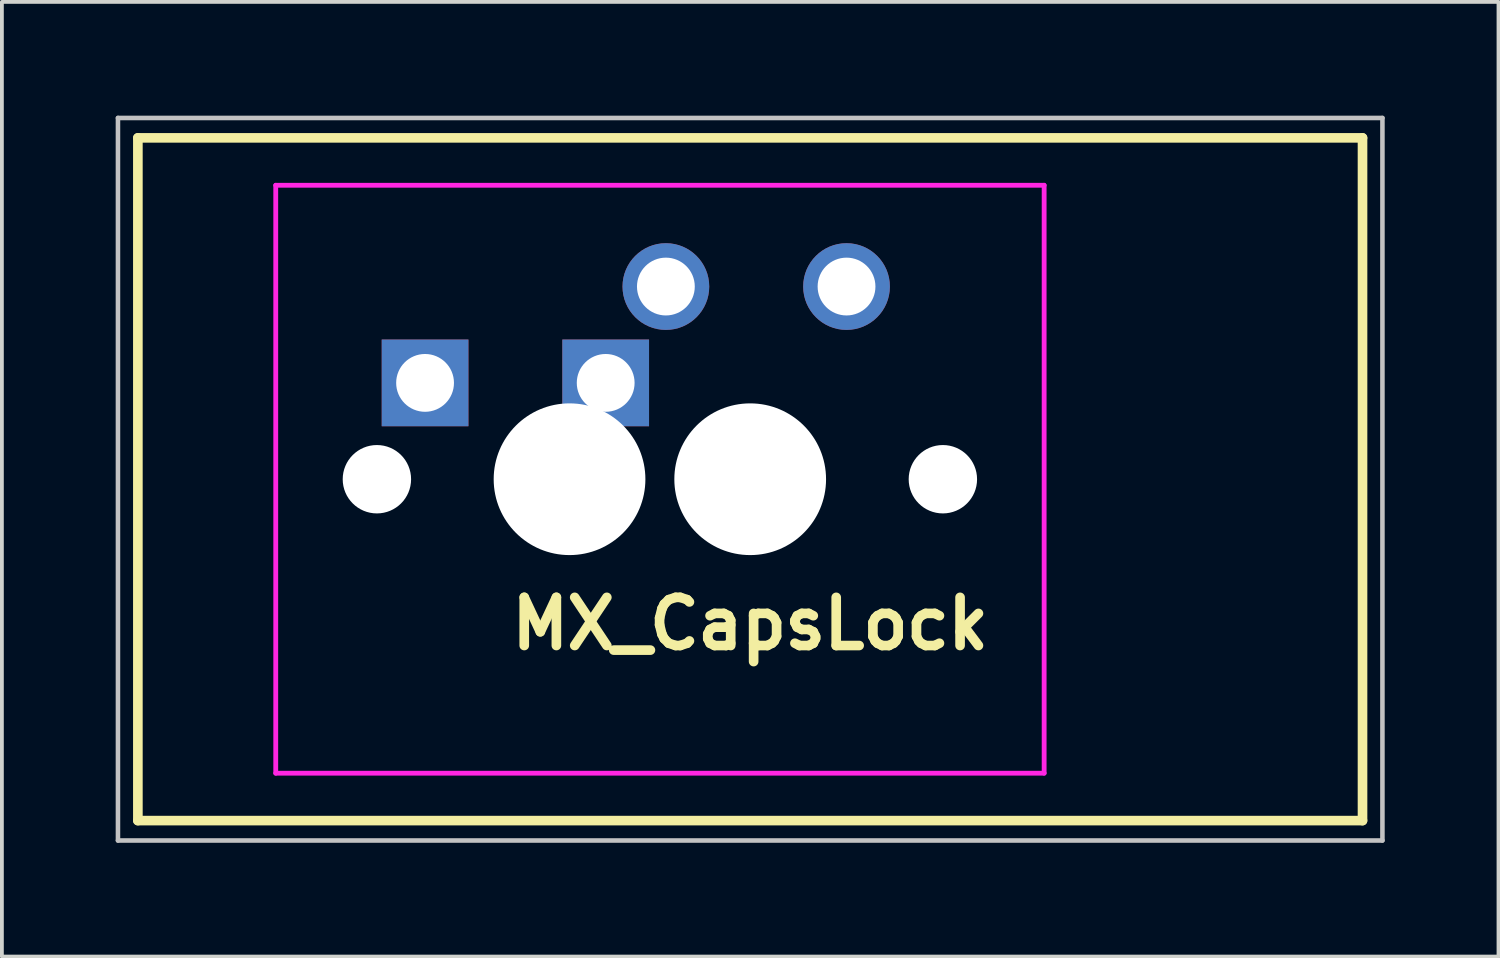
<source format=kicad_pcb>
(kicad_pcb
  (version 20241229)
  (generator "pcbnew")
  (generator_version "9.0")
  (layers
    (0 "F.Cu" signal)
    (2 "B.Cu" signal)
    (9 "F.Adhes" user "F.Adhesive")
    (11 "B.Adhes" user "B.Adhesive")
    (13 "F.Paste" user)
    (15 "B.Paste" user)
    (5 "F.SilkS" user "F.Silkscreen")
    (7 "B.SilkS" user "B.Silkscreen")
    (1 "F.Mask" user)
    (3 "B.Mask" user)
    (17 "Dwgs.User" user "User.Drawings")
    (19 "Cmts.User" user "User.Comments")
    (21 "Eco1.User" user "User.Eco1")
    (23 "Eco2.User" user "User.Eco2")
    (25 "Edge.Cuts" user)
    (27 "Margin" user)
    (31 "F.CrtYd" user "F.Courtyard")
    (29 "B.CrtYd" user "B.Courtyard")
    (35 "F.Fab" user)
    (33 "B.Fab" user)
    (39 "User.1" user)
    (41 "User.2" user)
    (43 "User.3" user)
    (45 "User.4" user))
  (footprint "MX_CapsLock"
    (layer "F.Cu")
    (at 16.729 9.585)
    (property "Reference" "MX_CapsLock" (at 0 3.81 180) (layer "F.SilkS") (effects (font (size 1.27 1.27) (thickness 0.254))))
    (attr through_hole)
    (fp_line (start -16.144 -9) (end 16.144 -9) (stroke (width 0.254) (type solid)) (layer "F.SilkS"))
    (fp_line (start -16.144 9) (end -16.144 -9) (stroke (width 0.254) (type solid)) (layer "F.SilkS"))
    (fp_line (start 16.144 -9) (end 16.144 9) (stroke (width 0.254) (type solid)) (layer "F.SilkS"))
    (fp_line (start 16.144 9) (end -16.144 9) (stroke (width 0.254) (type solid)) (layer "F.SilkS"))
    (fp_line (start -16.669 -9.525) (end -16.669 9.525) (stroke (width 0.12) (type solid)) (layer "Dwgs.User"))
    (fp_line (start -16.669 -9.525) (end 16.669 -9.525) (stroke (width 0.12) (type solid)) (layer "Dwgs.User"))
    (fp_line (start -16.669 9.525) (end 16.669 9.525) (stroke (width 0.12) (type solid)) (layer "Dwgs.User"))
    (fp_line (start 16.669 -9.525) (end 16.669 9.525) (stroke (width 0.12) (type solid)) (layer "Dwgs.User"))
    (fp_line (start -11.748 6.746) (end -11.748 -6.746) (stroke (width 0.025) (type solid)) (layer "Eco1.User"))
    (fp_line (start -11.493 -7) (end 6.746 -7) (stroke (width 0.025) (type solid)) (layer "Eco1.User"))
    (fp_line (start 6.746 7) (end -11.493 7) (stroke (width 0.025) (type solid)) (layer "Eco1.User"))
    (fp_line (start 7 -6.746) (end 7 6.746) (stroke (width 0.025) (type solid)) (layer "Eco1.User"))
    (fp_arc (start -11.7475 -6.746) (mid -11.673105 -6.925605) (end -11.4935 -7) (stroke (width 0.0254) (type solid)) (layer "Eco1.User"))
    (fp_arc (start -11.4935 7) (mid -11.673105 6.925605) (end -11.7475 6.746) (stroke (width 0.0254) (type solid)) (layer "Eco1.User"))
    (fp_arc (start 6.746 -7) (mid 6.925605 -6.925605) (end 7 -6.746) (stroke (width 0.0254) (type solid)) (layer "Eco1.User"))
    (fp_arc (start 7 6.746) (mid 6.925605 6.925605) (end 6.746 7) (stroke (width 0.0254) (type solid)) (layer "Eco1.User"))
    (fp_line (start -12.509 -7.75) (end 7.75 -7.75) (stroke (width 0.127) (type solid)) (layer "F.CrtYd"))
    (fp_line (start -12.509 7.75) (end -12.509 -7.75) (stroke (width 0.127) (type solid)) (layer "F.CrtYd"))
    (fp_line (start 7.75 -7.75) (end 7.75 7.75) (stroke (width 0.127) (type solid)) (layer "F.CrtYd"))
    (fp_line (start 7.75 7.75) (end -12.509 7.75) (stroke (width 0.127) (type solid)) (layer "F.CrtYd"))
    (pad "" np_thru_hole circle (at -9.842 0 180) (size 1.803 1.803) (drill 1.803) (layers "*.Cu" "*.Mask"))
    (pad "" np_thru_hole circle (at -4.763 0 180) (size 4 4) (drill 4) (layers "*.Cu" "*.Mask"))
    (pad "" np_thru_hole circle (at 0 0 180) (size 4 4) (drill 4) (layers "*.Cu" "*.Mask"))
    (pad "" np_thru_hole circle (at 5.08 0 180) (size 1.803 1.803) (drill 1.803) (layers "*.Cu" "*.Mask"))
    (pad "1" thru_hole rect (at -8.572 -2.54 180) (size 2.286 2.286) (drill 1.524) (layers "*.Cu" "*.Mask"))
    (pad "1" thru_hole rect (at -3.81 -2.54 180) (size 2.286 2.286) (drill 1.524) (layers "*.Cu" "*.Mask"))
    (pad "2" thru_hole circle (at -2.223 -5.08) (size 2.286 2.286) (drill 1.524) (layers "*.Cu" "*.Mask"))
    (pad "2" thru_hole circle (at 2.54 -5.08) (size 2.286 2.286) (drill 1.524) (layers "*.Cu" "*.Mask")))
  (gr_rect
    (start -3 -3)
    (end 36.458 22.17)
    (stroke (width 0.1) (type default))
    (fill no)
    (layer "Edge.Cuts")))
</source>
